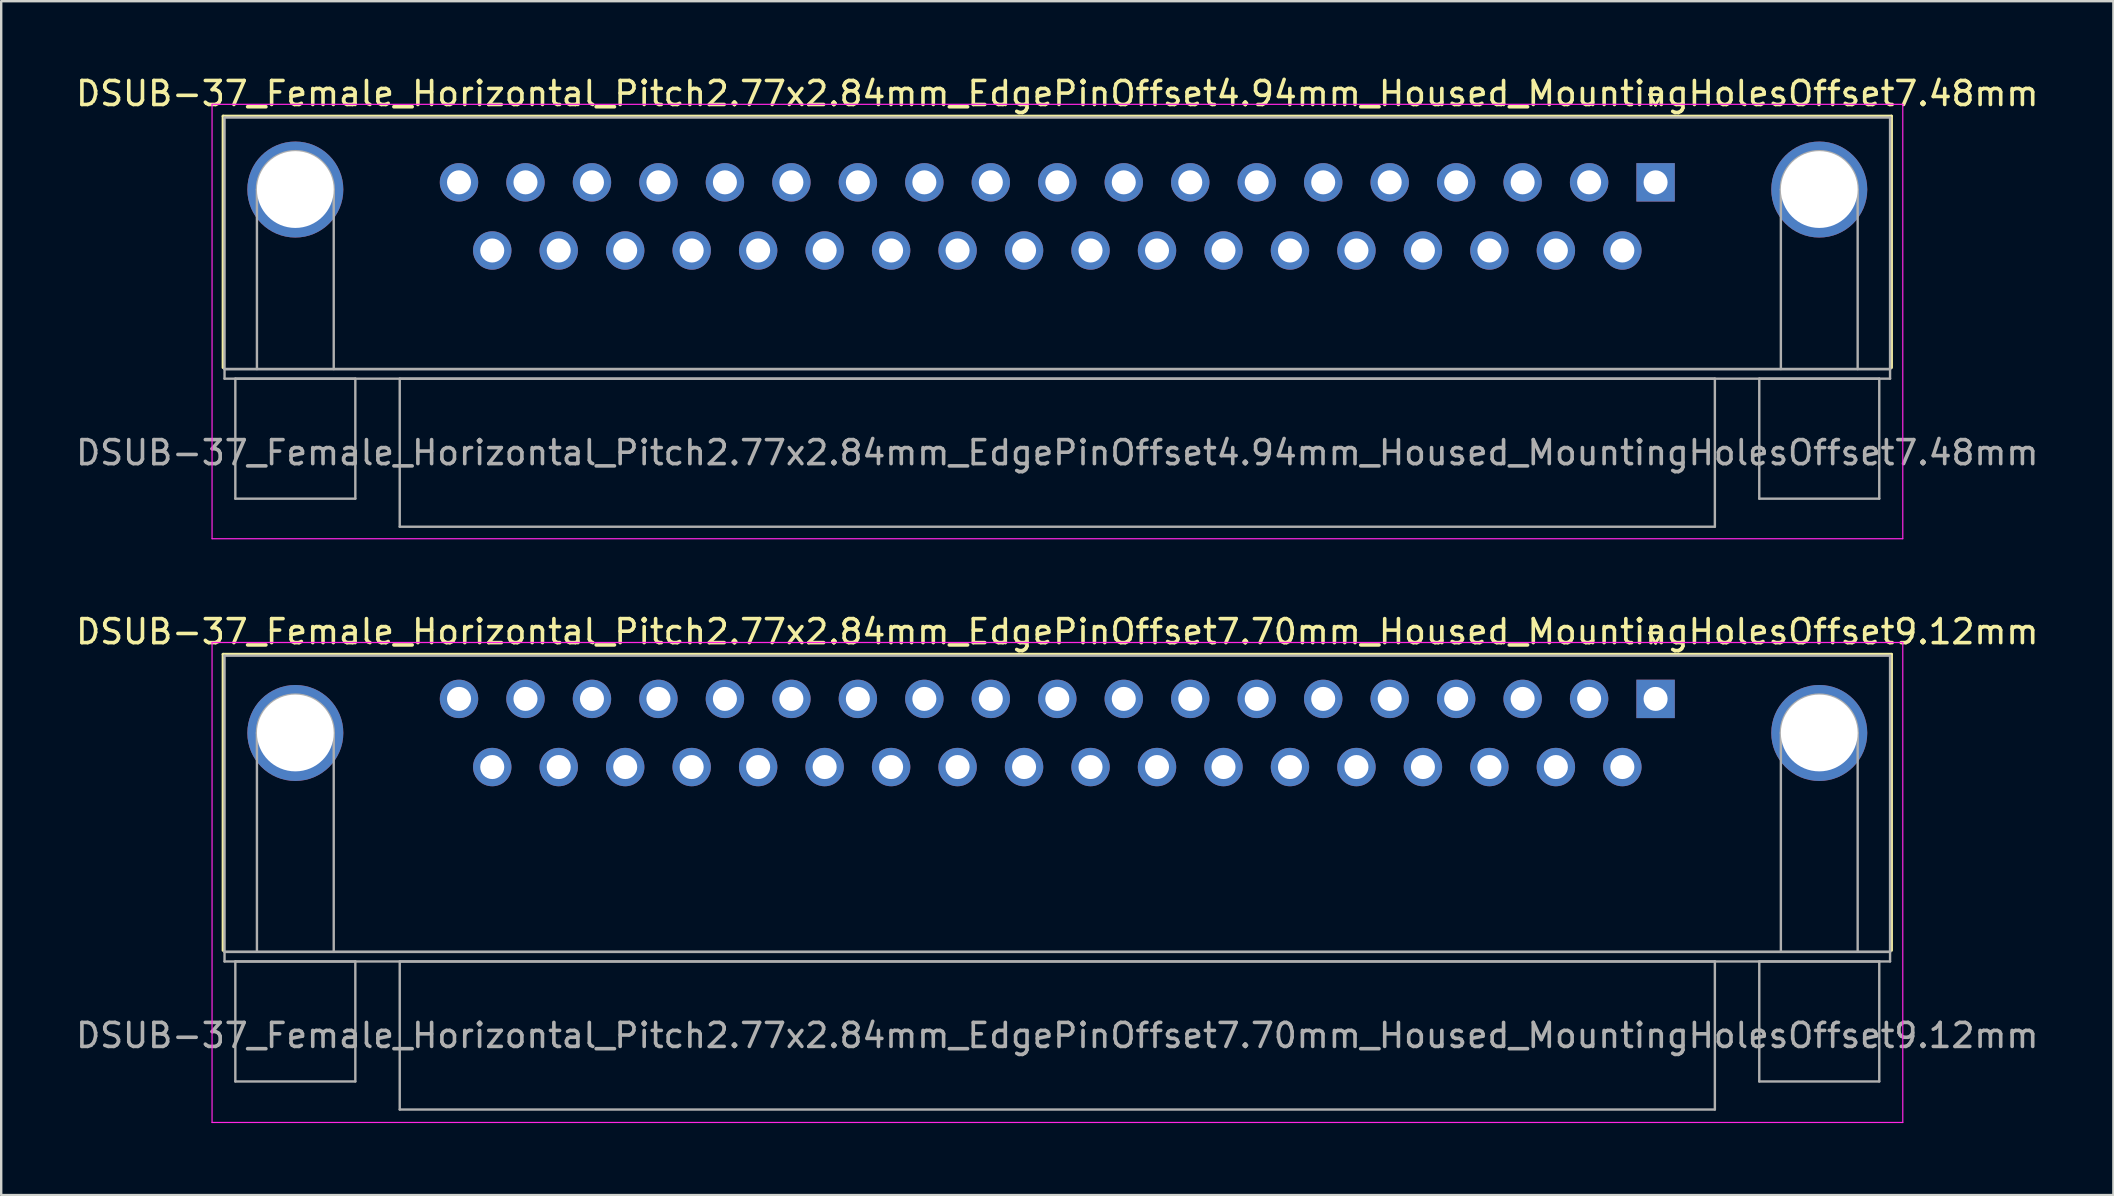
<source format=kicad_pcb>
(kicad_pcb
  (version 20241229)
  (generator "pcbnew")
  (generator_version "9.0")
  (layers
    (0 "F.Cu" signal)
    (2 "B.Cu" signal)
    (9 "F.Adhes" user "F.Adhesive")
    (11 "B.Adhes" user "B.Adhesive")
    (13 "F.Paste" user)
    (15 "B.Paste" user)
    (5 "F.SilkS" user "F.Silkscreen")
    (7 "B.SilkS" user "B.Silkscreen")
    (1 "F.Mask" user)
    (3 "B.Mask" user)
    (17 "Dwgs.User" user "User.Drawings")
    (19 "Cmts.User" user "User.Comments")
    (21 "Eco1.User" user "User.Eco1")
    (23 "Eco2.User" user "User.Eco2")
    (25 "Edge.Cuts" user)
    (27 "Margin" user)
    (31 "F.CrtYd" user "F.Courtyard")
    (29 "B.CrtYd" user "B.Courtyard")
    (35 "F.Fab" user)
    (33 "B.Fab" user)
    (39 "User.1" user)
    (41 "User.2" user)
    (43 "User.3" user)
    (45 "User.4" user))
  (footprint "DSUB-37_Female_Horizontal_Pitch2.77x2.84mm_EdgePinOffset7.70mm_Housed_MountingHolesOffset9.12mm"
    (layer "F.Cu")
    (at 65.936 26.072)
    (property "Reference" "DSUB-37_Female_Horizontal_Pitch2.77x2.84mm_EdgePinOffset7.70mm_Housed_MountingHolesOffset9.12mm" (at -24.93 -2.8 0) (layer "F.SilkS") (effects (font (size 1 1) (thickness 0.15))))
    (attr through_hole)
    (fp_line (start -59.69 -1.86) (end 9.83 -1.86) (stroke (width 0.12) (type solid)) (layer "F.SilkS"))
    (fp_line (start -59.69 10.48) (end -59.69 -1.86) (stroke (width 0.12) (type solid)) (layer "F.SilkS"))
    (fp_line (start -0.25 -2.754) (end 0.25 -2.754) (stroke (width 0.12) (type solid)) (layer "F.SilkS"))
    (fp_line (start 0 -2.321) (end -0.25 -2.754) (stroke (width 0.12) (type solid)) (layer "F.SilkS"))
    (fp_line (start 0.25 -2.754) (end 0 -2.321) (stroke (width 0.12) (type solid)) (layer "F.SilkS"))
    (fp_line (start 9.83 -1.86) (end 9.83 10.48) (stroke (width 0.12) (type solid)) (layer "F.SilkS"))
    (fp_line (start -60.15 -2.35) (end -60.15 17.65) (stroke (width 0.05) (type solid)) (layer "F.CrtYd"))
    (fp_line (start -60.15 17.65) (end 10.3 17.65) (stroke (width 0.05) (type solid)) (layer "F.CrtYd"))
    (fp_line (start 10.3 -2.35) (end -60.15 -2.35) (stroke (width 0.05) (type solid)) (layer "F.CrtYd"))
    (fp_line (start 10.3 17.65) (end 10.3 -2.35) (stroke (width 0.05) (type solid)) (layer "F.CrtYd"))
    (fp_line (start -59.63 -1.8) (end -59.63 10.54) (stroke (width 0.1) (type solid)) (layer "F.Fab"))
    (fp_line (start -59.63 10.54) (end -59.63 10.94) (stroke (width 0.1) (type solid)) (layer "F.Fab"))
    (fp_line (start -59.63 10.54) (end 9.77 10.54) (stroke (width 0.1) (type solid)) (layer "F.Fab"))
    (fp_line (start -59.63 10.94) (end 9.77 10.94) (stroke (width 0.1) (type solid)) (layer "F.Fab"))
    (fp_line (start -59.18 10.94) (end -59.18 15.94) (stroke (width 0.1) (type solid)) (layer "F.Fab"))
    (fp_line (start -59.18 15.94) (end -54.18 15.94) (stroke (width 0.1) (type solid)) (layer "F.Fab"))
    (fp_line (start -58.28 10.54) (end -58.28 1.42) (stroke (width 0.1) (type solid)) (layer "F.Fab"))
    (fp_line (start -55.08 10.54) (end -55.08 1.42) (stroke (width 0.1) (type solid)) (layer "F.Fab"))
    (fp_line (start -54.18 10.94) (end -59.18 10.94) (stroke (width 0.1) (type solid)) (layer "F.Fab"))
    (fp_line (start -54.18 15.94) (end -54.18 10.94) (stroke (width 0.1) (type solid)) (layer "F.Fab"))
    (fp_line (start -52.33 10.94) (end -52.33 17.11) (stroke (width 0.1) (type solid)) (layer "F.Fab"))
    (fp_line (start -52.33 17.11) (end 2.47 17.11) (stroke (width 0.1) (type solid)) (layer "F.Fab"))
    (fp_line (start 2.47 10.94) (end -52.33 10.94) (stroke (width 0.1) (type solid)) (layer "F.Fab"))
    (fp_line (start 2.47 17.11) (end 2.47 10.94) (stroke (width 0.1) (type solid)) (layer "F.Fab"))
    (fp_line (start 4.32 10.94) (end 4.32 15.94) (stroke (width 0.1) (type solid)) (layer "F.Fab"))
    (fp_line (start 4.32 15.94) (end 9.32 15.94) (stroke (width 0.1) (type solid)) (layer "F.Fab"))
    (fp_line (start 5.22 10.54) (end 5.22 1.42) (stroke (width 0.1) (type solid)) (layer "F.Fab"))
    (fp_line (start 8.42 10.54) (end 8.42 1.42) (stroke (width 0.1) (type solid)) (layer "F.Fab"))
    (fp_line (start 9.32 10.94) (end 4.32 10.94) (stroke (width 0.1) (type solid)) (layer "F.Fab"))
    (fp_line (start 9.32 15.94) (end 9.32 10.94) (stroke (width 0.1) (type solid)) (layer "F.Fab"))
    (fp_line (start 9.77 -1.8) (end -59.63 -1.8) (stroke (width 0.1) (type solid)) (layer "F.Fab"))
    (fp_line (start 9.77 10.54) (end -59.63 10.54) (stroke (width 0.1) (type solid)) (layer "F.Fab"))
    (fp_line (start 9.77 10.54) (end 9.77 -1.8) (stroke (width 0.1) (type solid)) (layer "F.Fab"))
    (fp_line (start 9.77 10.94) (end 9.77 10.54) (stroke (width 0.1) (type solid)) (layer "F.Fab"))
    (fp_arc (start -58.28 1.42) (mid -56.68 -0.18) (end -55.08 1.42) (stroke (width 0.1) (type solid)) (layer "F.Fab"))
    (fp_arc (start 5.22 1.42) (mid 6.82 -0.18) (end 8.42 1.42) (stroke (width 0.1) (type solid)) (layer "F.Fab"))
    (fp_text user "${REFERENCE}" (at -24.93 14.025 0) (layer "F.Fab") (effects (font (size 1 1) (thickness 0.15))))
    (pad "0" thru_hole circle (at -56.68 1.42) (size 4 4) (drill 3.2) (layers "*.Cu" "*.Mask"))
    (pad "0" thru_hole circle (at 6.82 1.42) (size 4 4) (drill 3.2) (layers "*.Cu" "*.Mask"))
    (pad "1" thru_hole rect (at 0 0) (size 1.6 1.6) (drill 1) (layers "*.Cu" "*.Mask"))
    (pad "2" thru_hole circle (at -2.77 0) (size 1.6 1.6) (drill 1) (layers "*.Cu" "*.Mask"))
    (pad "3" thru_hole circle (at -5.54 0) (size 1.6 1.6) (drill 1) (layers "*.Cu" "*.Mask"))
    (pad "4" thru_hole circle (at -8.31 0) (size 1.6 1.6) (drill 1) (layers "*.Cu" "*.Mask"))
    (pad "5" thru_hole circle (at -11.08 0) (size 1.6 1.6) (drill 1) (layers "*.Cu" "*.Mask"))
    (pad "6" thru_hole circle (at -13.85 0) (size 1.6 1.6) (drill 1) (layers "*.Cu" "*.Mask"))
    (pad "7" thru_hole circle (at -16.62 0) (size 1.6 1.6) (drill 1) (layers "*.Cu" "*.Mask"))
    (pad "8" thru_hole circle (at -19.39 0) (size 1.6 1.6) (drill 1) (layers "*.Cu" "*.Mask"))
    (pad "9" thru_hole circle (at -22.16 0) (size 1.6 1.6) (drill 1) (layers "*.Cu" "*.Mask"))
    (pad "10" thru_hole circle (at -24.93 0) (size 1.6 1.6) (drill 1) (layers "*.Cu" "*.Mask"))
    (pad "11" thru_hole circle (at -27.7 0) (size 1.6 1.6) (drill 1) (layers "*.Cu" "*.Mask"))
    (pad "12" thru_hole circle (at -30.47 0) (size 1.6 1.6) (drill 1) (layers "*.Cu" "*.Mask"))
    (pad "13" thru_hole circle (at -33.24 0) (size 1.6 1.6) (drill 1) (layers "*.Cu" "*.Mask"))
    (pad "14" thru_hole circle (at -36.01 0) (size 1.6 1.6) (drill 1) (layers "*.Cu" "*.Mask"))
    (pad "15" thru_hole circle (at -38.78 0) (size 1.6 1.6) (drill 1) (layers "*.Cu" "*.Mask"))
    (pad "16" thru_hole circle (at -41.55 0) (size 1.6 1.6) (drill 1) (layers "*.Cu" "*.Mask"))
    (pad "17" thru_hole circle (at -44.32 0) (size 1.6 1.6) (drill 1) (layers "*.Cu" "*.Mask"))
    (pad "18" thru_hole circle (at -47.09 0) (size 1.6 1.6) (drill 1) (layers "*.Cu" "*.Mask"))
    (pad "19" thru_hole circle (at -49.86 0) (size 1.6 1.6) (drill 1) (layers "*.Cu" "*.Mask"))
    (pad "20" thru_hole circle (at -1.385 2.84) (size 1.6 1.6) (drill 1) (layers "*.Cu" "*.Mask"))
    (pad "21" thru_hole circle (at -4.155 2.84) (size 1.6 1.6) (drill 1) (layers "*.Cu" "*.Mask"))
    (pad "22" thru_hole circle (at -6.925 2.84) (size 1.6 1.6) (drill 1) (layers "*.Cu" "*.Mask"))
    (pad "23" thru_hole circle (at -9.695 2.84) (size 1.6 1.6) (drill 1) (layers "*.Cu" "*.Mask"))
    (pad "24" thru_hole circle (at -12.465 2.84) (size 1.6 1.6) (drill 1) (layers "*.Cu" "*.Mask"))
    (pad "25" thru_hole circle (at -15.235 2.84) (size 1.6 1.6) (drill 1) (layers "*.Cu" "*.Mask"))
    (pad "26" thru_hole circle (at -18.005 2.84) (size 1.6 1.6) (drill 1) (layers "*.Cu" "*.Mask"))
    (pad "27" thru_hole circle (at -20.775 2.84) (size 1.6 1.6) (drill 1) (layers "*.Cu" "*.Mask"))
    (pad "28" thru_hole circle (at -23.545 2.84) (size 1.6 1.6) (drill 1) (layers "*.Cu" "*.Mask"))
    (pad "29" thru_hole circle (at -26.315 2.84) (size 1.6 1.6) (drill 1) (layers "*.Cu" "*.Mask"))
    (pad "30" thru_hole circle (at -29.085 2.84) (size 1.6 1.6) (drill 1) (layers "*.Cu" "*.Mask"))
    (pad "31" thru_hole circle (at -31.855 2.84) (size 1.6 1.6) (drill 1) (layers "*.Cu" "*.Mask"))
    (pad "32" thru_hole circle (at -34.625 2.84) (size 1.6 1.6) (drill 1) (layers "*.Cu" "*.Mask"))
    (pad "33" thru_hole circle (at -37.395 2.84) (size 1.6 1.6) (drill 1) (layers "*.Cu" "*.Mask"))
    (pad "34" thru_hole circle (at -40.165 2.84) (size 1.6 1.6) (drill 1) (layers "*.Cu" "*.Mask"))
    (pad "35" thru_hole circle (at -42.935 2.84) (size 1.6 1.6) (drill 1) (layers "*.Cu" "*.Mask"))
    (pad "36" thru_hole circle (at -45.705 2.84) (size 1.6 1.6) (drill 1) (layers "*.Cu" "*.Mask"))
    (pad "37" thru_hole circle (at -48.475 2.84) (size 1.6 1.6) (drill 1) (layers "*.Cu" "*.Mask")))
  (footprint "DSUB-37_Female_Horizontal_Pitch2.77x2.84mm_EdgePinOffset4.94mm_Housed_MountingHolesOffset7.48mm"
    (layer "F.Cu")
    (at 65.936 4.548)
    (property "Reference" "DSUB-37_Female_Horizontal_Pitch2.77x2.84mm_EdgePinOffset4.94mm_Housed_MountingHolesOffset7.48mm" (at -24.93 -3.7 0) (layer "F.SilkS") (effects (font (size 1 1) (thickness 0.15))))
    (attr through_hole)
    (fp_line (start -59.69 -2.76) (end 9.83 -2.76) (stroke (width 0.12) (type solid)) (layer "F.SilkS"))
    (fp_line (start -59.69 7.72) (end -59.69 -2.76) (stroke (width 0.12) (type solid)) (layer "F.SilkS"))
    (fp_line (start -0.25 -3.654) (end 0.25 -3.654) (stroke (width 0.12) (type solid)) (layer "F.SilkS"))
    (fp_line (start 0 -3.221) (end -0.25 -3.654) (stroke (width 0.12) (type solid)) (layer "F.SilkS"))
    (fp_line (start 0.25 -3.654) (end 0 -3.221) (stroke (width 0.12) (type solid)) (layer "F.SilkS"))
    (fp_line (start 9.83 -2.76) (end 9.83 7.72) (stroke (width 0.12) (type solid)) (layer "F.SilkS"))
    (fp_line (start -60.15 -3.25) (end -60.15 14.85) (stroke (width 0.05) (type solid)) (layer "F.CrtYd"))
    (fp_line (start -60.15 14.85) (end 10.3 14.85) (stroke (width 0.05) (type solid)) (layer "F.CrtYd"))
    (fp_line (start 10.3 -3.25) (end -60.15 -3.25) (stroke (width 0.05) (type solid)) (layer "F.CrtYd"))
    (fp_line (start 10.3 14.85) (end 10.3 -3.25) (stroke (width 0.05) (type solid)) (layer "F.CrtYd"))
    (fp_line (start -59.63 -2.7) (end -59.63 7.78) (stroke (width 0.1) (type solid)) (layer "F.Fab"))
    (fp_line (start -59.63 7.78) (end -59.63 8.18) (stroke (width 0.1) (type solid)) (layer "F.Fab"))
    (fp_line (start -59.63 7.78) (end 9.77 7.78) (stroke (width 0.1) (type solid)) (layer "F.Fab"))
    (fp_line (start -59.63 8.18) (end 9.77 8.18) (stroke (width 0.1) (type solid)) (layer "F.Fab"))
    (fp_line (start -59.18 8.18) (end -59.18 13.18) (stroke (width 0.1) (type solid)) (layer "F.Fab"))
    (fp_line (start -59.18 13.18) (end -54.18 13.18) (stroke (width 0.1) (type solid)) (layer "F.Fab"))
    (fp_line (start -58.28 7.78) (end -58.28 0.3) (stroke (width 0.1) (type solid)) (layer "F.Fab"))
    (fp_line (start -55.08 7.78) (end -55.08 0.3) (stroke (width 0.1) (type solid)) (layer "F.Fab"))
    (fp_line (start -54.18 8.18) (end -59.18 8.18) (stroke (width 0.1) (type solid)) (layer "F.Fab"))
    (fp_line (start -54.18 13.18) (end -54.18 8.18) (stroke (width 0.1) (type solid)) (layer "F.Fab"))
    (fp_line (start -52.33 8.18) (end -52.33 14.35) (stroke (width 0.1) (type solid)) (layer "F.Fab"))
    (fp_line (start -52.33 14.35) (end 2.47 14.35) (stroke (width 0.1) (type solid)) (layer "F.Fab"))
    (fp_line (start 2.47 8.18) (end -52.33 8.18) (stroke (width 0.1) (type solid)) (layer "F.Fab"))
    (fp_line (start 2.47 14.35) (end 2.47 8.18) (stroke (width 0.1) (type solid)) (layer "F.Fab"))
    (fp_line (start 4.32 8.18) (end 4.32 13.18) (stroke (width 0.1) (type solid)) (layer "F.Fab"))
    (fp_line (start 4.32 13.18) (end 9.32 13.18) (stroke (width 0.1) (type solid)) (layer "F.Fab"))
    (fp_line (start 5.22 7.78) (end 5.22 0.3) (stroke (width 0.1) (type solid)) (layer "F.Fab"))
    (fp_line (start 8.42 7.78) (end 8.42 0.3) (stroke (width 0.1) (type solid)) (layer "F.Fab"))
    (fp_line (start 9.32 8.18) (end 4.32 8.18) (stroke (width 0.1) (type solid)) (layer "F.Fab"))
    (fp_line (start 9.32 13.18) (end 9.32 8.18) (stroke (width 0.1) (type solid)) (layer "F.Fab"))
    (fp_line (start 9.77 -2.7) (end -59.63 -2.7) (stroke (width 0.1) (type solid)) (layer "F.Fab"))
    (fp_line (start 9.77 7.78) (end -59.63 7.78) (stroke (width 0.1) (type solid)) (layer "F.Fab"))
    (fp_line (start 9.77 7.78) (end 9.77 -2.7) (stroke (width 0.1) (type solid)) (layer "F.Fab"))
    (fp_line (start 9.77 8.18) (end 9.77 7.78) (stroke (width 0.1) (type solid)) (layer "F.Fab"))
    (fp_arc (start -58.28 0.3) (mid -56.68 -1.3) (end -55.08 0.3) (stroke (width 0.1) (type solid)) (layer "F.Fab"))
    (fp_arc (start 5.22 0.3) (mid 6.82 -1.3) (end 8.42 0.3) (stroke (width 0.1) (type solid)) (layer "F.Fab"))
    (fp_text user "${REFERENCE}" (at -24.93 11.265 0) (layer "F.Fab") (effects (font (size 1 1) (thickness 0.15))))
    (pad "0" thru_hole circle (at -56.68 0.3) (size 4 4) (drill 3.2) (layers "*.Cu" "*.Mask"))
    (pad "0" thru_hole circle (at 6.82 0.3) (size 4 4) (drill 3.2) (layers "*.Cu" "*.Mask"))
    (pad "1" thru_hole rect (at 0 0) (size 1.6 1.6) (drill 1) (layers "*.Cu" "*.Mask"))
    (pad "2" thru_hole circle (at -2.77 0) (size 1.6 1.6) (drill 1) (layers "*.Cu" "*.Mask"))
    (pad "3" thru_hole circle (at -5.54 0) (size 1.6 1.6) (drill 1) (layers "*.Cu" "*.Mask"))
    (pad "4" thru_hole circle (at -8.31 0) (size 1.6 1.6) (drill 1) (layers "*.Cu" "*.Mask"))
    (pad "5" thru_hole circle (at -11.08 0) (size 1.6 1.6) (drill 1) (layers "*.Cu" "*.Mask"))
    (pad "6" thru_hole circle (at -13.85 0) (size 1.6 1.6) (drill 1) (layers "*.Cu" "*.Mask"))
    (pad "7" thru_hole circle (at -16.62 0) (size 1.6 1.6) (drill 1) (layers "*.Cu" "*.Mask"))
    (pad "8" thru_hole circle (at -19.39 0) (size 1.6 1.6) (drill 1) (layers "*.Cu" "*.Mask"))
    (pad "9" thru_hole circle (at -22.16 0) (size 1.6 1.6) (drill 1) (layers "*.Cu" "*.Mask"))
    (pad "10" thru_hole circle (at -24.93 0) (size 1.6 1.6) (drill 1) (layers "*.Cu" "*.Mask"))
    (pad "11" thru_hole circle (at -27.7 0) (size 1.6 1.6) (drill 1) (layers "*.Cu" "*.Mask"))
    (pad "12" thru_hole circle (at -30.47 0) (size 1.6 1.6) (drill 1) (layers "*.Cu" "*.Mask"))
    (pad "13" thru_hole circle (at -33.24 0) (size 1.6 1.6) (drill 1) (layers "*.Cu" "*.Mask"))
    (pad "14" thru_hole circle (at -36.01 0) (size 1.6 1.6) (drill 1) (layers "*.Cu" "*.Mask"))
    (pad "15" thru_hole circle (at -38.78 0) (size 1.6 1.6) (drill 1) (layers "*.Cu" "*.Mask"))
    (pad "16" thru_hole circle (at -41.55 0) (size 1.6 1.6) (drill 1) (layers "*.Cu" "*.Mask"))
    (pad "17" thru_hole circle (at -44.32 0) (size 1.6 1.6) (drill 1) (layers "*.Cu" "*.Mask"))
    (pad "18" thru_hole circle (at -47.09 0) (size 1.6 1.6) (drill 1) (layers "*.Cu" "*.Mask"))
    (pad "19" thru_hole circle (at -49.86 0) (size 1.6 1.6) (drill 1) (layers "*.Cu" "*.Mask"))
    (pad "20" thru_hole circle (at -1.385 2.84) (size 1.6 1.6) (drill 1) (layers "*.Cu" "*.Mask"))
    (pad "21" thru_hole circle (at -4.155 2.84) (size 1.6 1.6) (drill 1) (layers "*.Cu" "*.Mask"))
    (pad "22" thru_hole circle (at -6.925 2.84) (size 1.6 1.6) (drill 1) (layers "*.Cu" "*.Mask"))
    (pad "23" thru_hole circle (at -9.695 2.84) (size 1.6 1.6) (drill 1) (layers "*.Cu" "*.Mask"))
    (pad "24" thru_hole circle (at -12.465 2.84) (size 1.6 1.6) (drill 1) (layers "*.Cu" "*.Mask"))
    (pad "25" thru_hole circle (at -15.235 2.84) (size 1.6 1.6) (drill 1) (layers "*.Cu" "*.Mask"))
    (pad "26" thru_hole circle (at -18.005 2.84) (size 1.6 1.6) (drill 1) (layers "*.Cu" "*.Mask"))
    (pad "27" thru_hole circle (at -20.775 2.84) (size 1.6 1.6) (drill 1) (layers "*.Cu" "*.Mask"))
    (pad "28" thru_hole circle (at -23.545 2.84) (size 1.6 1.6) (drill 1) (layers "*.Cu" "*.Mask"))
    (pad "29" thru_hole circle (at -26.315 2.84) (size 1.6 1.6) (drill 1) (layers "*.Cu" "*.Mask"))
    (pad "30" thru_hole circle (at -29.085 2.84) (size 1.6 1.6) (drill 1) (layers "*.Cu" "*.Mask"))
    (pad "31" thru_hole circle (at -31.855 2.84) (size 1.6 1.6) (drill 1) (layers "*.Cu" "*.Mask"))
    (pad "32" thru_hole circle (at -34.625 2.84) (size 1.6 1.6) (drill 1) (layers "*.Cu" "*.Mask"))
    (pad "33" thru_hole circle (at -37.395 2.84) (size 1.6 1.6) (drill 1) (layers "*.Cu" "*.Mask"))
    (pad "34" thru_hole circle (at -40.165 2.84) (size 1.6 1.6) (drill 1) (layers "*.Cu" "*.Mask"))
    (pad "35" thru_hole circle (at -42.935 2.84) (size 1.6 1.6) (drill 1) (layers "*.Cu" "*.Mask"))
    (pad "36" thru_hole circle (at -45.705 2.84) (size 1.6 1.6) (drill 1) (layers "*.Cu" "*.Mask"))
    (pad "37" thru_hole circle (at -48.475 2.84) (size 1.6 1.6) (drill 1) (layers "*.Cu" "*.Mask")))
  (gr_rect
    (start -3 -3)
    (end 85.012 46.746)
    (stroke (width 0.1) (type default))
    (fill no)
    (layer "Edge.Cuts")))
</source>
